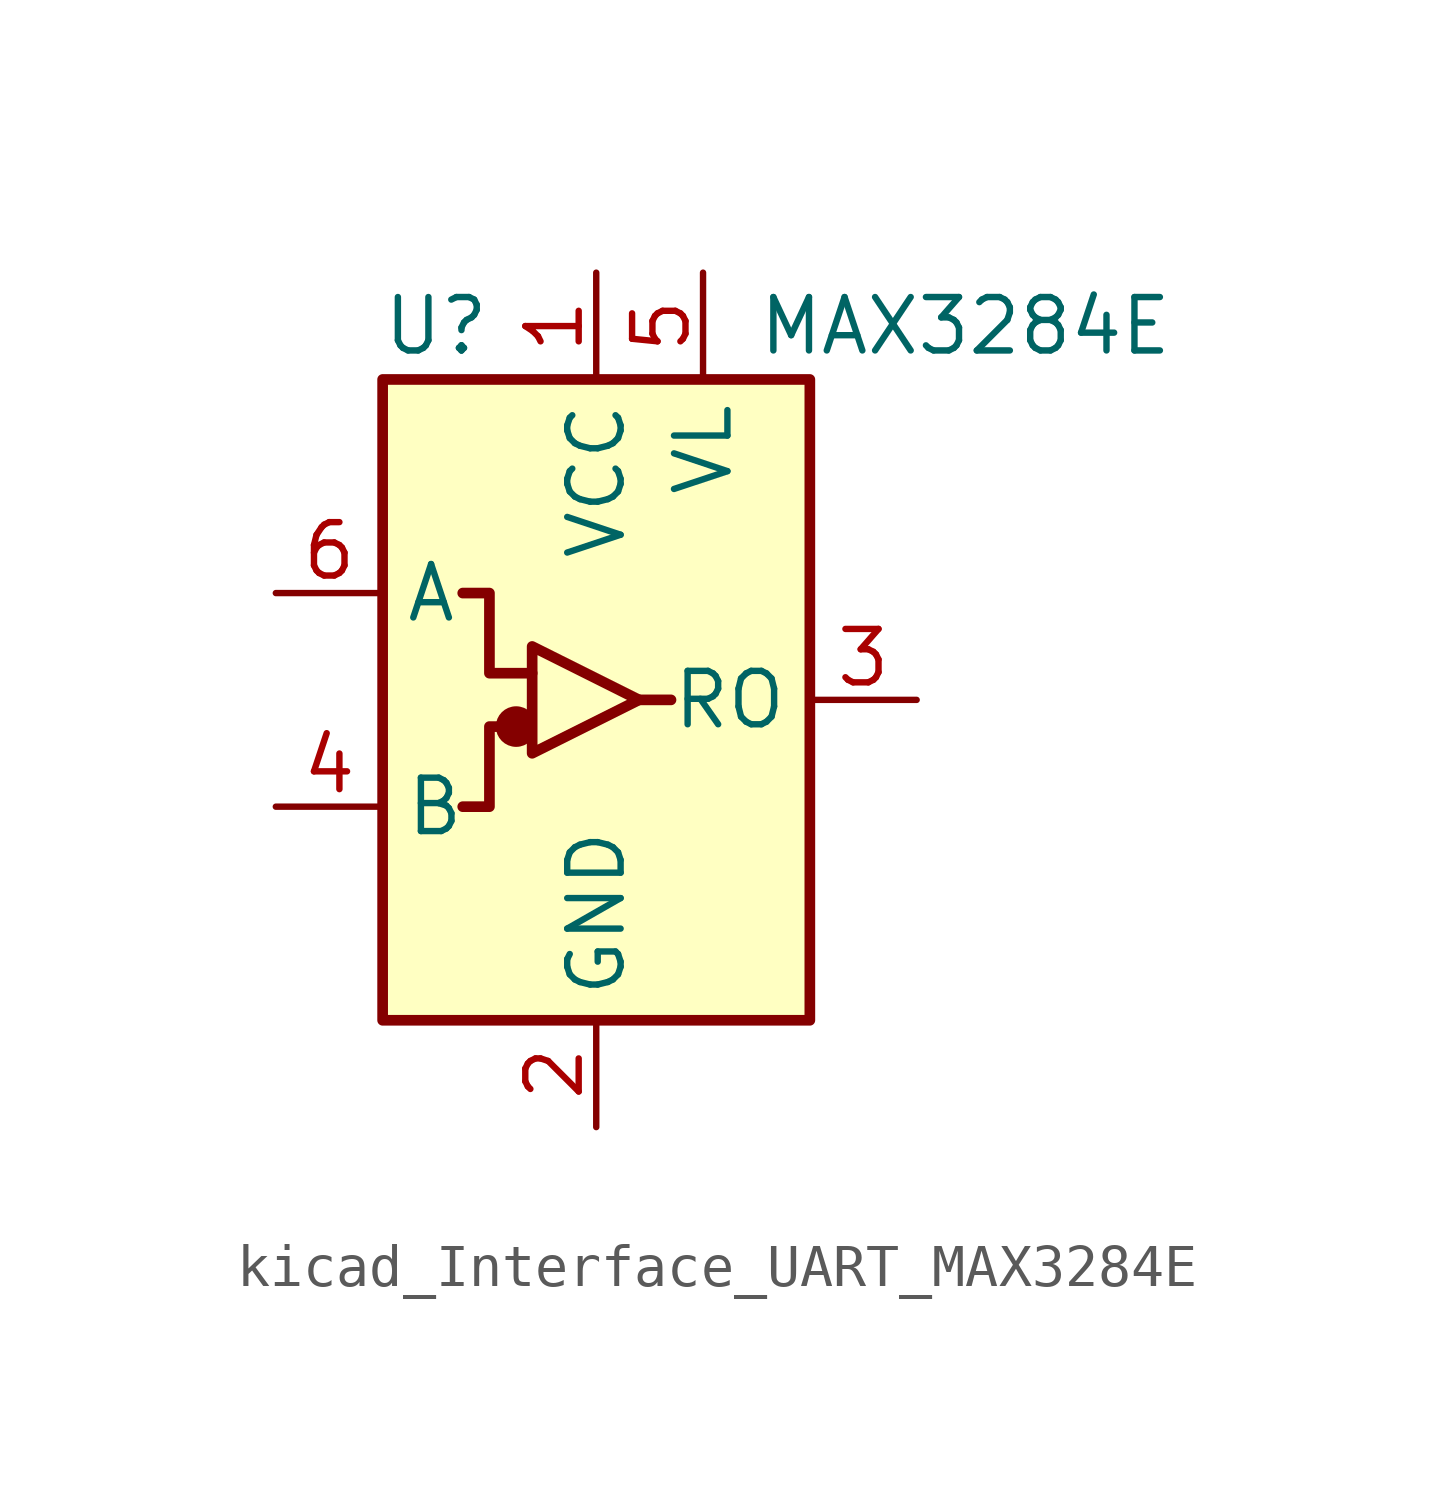
<source format=kicad_sym>
(kicad_symbol_lib
  (version 20220914)
  (generator kicad_symbol_editor)
  (symbol "kicad_Interface_UART_MAX3284E"
    (property "Reference" "U"
      (at -3.81 8.89 0)
      (effects (font (size 1.27 1.27))))
    (property "Value" "MAX3284E"
      (at 3.81 8.89 0)
      (effects (font (size 1.27 1.27)) (justify left)))
    (symbol "kicad_Interface_UART_MAX3284E_0_1"
      (rectangle (start -5.08 7.62) (end 5.08 -7.62) (stroke (width 0.254) (type default)) (fill (type background)))
      (circle (center -1.905 -0.635) (radius 0.356) (stroke (width 0.254) (type default)) (fill (type outline)))
      (rectangle (start -1.524 0.635) (end -1.524 0.635) (stroke (width 0) (type default)) (fill (type none)))
      (polyline (pts (xy 1.778 0) (xy 1.016 0)) (stroke (width 0.254) (type default)) (fill (type none)))
      (polyline (pts (xy -1.905 -0.635) (xy -2.54 -0.635) (xy -2.54 -2.54) (xy -3.175 -2.54)) (stroke (width 0.254) (type default)) (fill (type none)))
      (polyline (pts (xy -1.524 0.635) (xy -2.54 0.635) (xy -2.54 2.54) (xy -3.175 2.54)) (stroke (width 0.254) (type default)) (fill (type none)))
      (polyline (pts (xy 1.016 0) (xy -1.524 1.27) (xy -1.524 -1.27) (xy 1.016 0)) (stroke (width 0.254) (type default)) (fill (type none))))
    (symbol "kicad_Interface_UART_MAX3284E_1_1"
      (pin power_in line (at 0 10.16 270) (length 2.54) (name "VCC" (effects (font (size 1.27 1.27)))) (number "1" (effects (font (size 1.27 1.27)))))
      (pin power_in line (at 0 -10.16 90) (length 2.54) (name "GND" (effects (font (size 1.27 1.27)))) (number "2" (effects (font (size 1.27 1.27)))))
      (pin output line (at 7.62 0 180) (length 2.54) (name "RO" (effects (font (size 1.27 1.27)))) (number "3" (effects (font (size 1.27 1.27)))))
      (pin input line (at -7.62 -2.54 0) (length 2.54) (name "B" (effects (font (size 1.27 1.27)))) (number "4" (effects (font (size 1.27 1.27)))))
      (pin power_in line (at 2.54 10.16 270) (length 2.54) (name "VL" (effects (font (size 1.27 1.27)))) (number "5" (effects (font (size 1.27 1.27)))))
      (pin input line (at -7.62 2.54 0) (length 2.54) (name "A" (effects (font (size 1.27 1.27)))) (number "6" (effects (font (size 1.27 1.27))))))))
</source>
